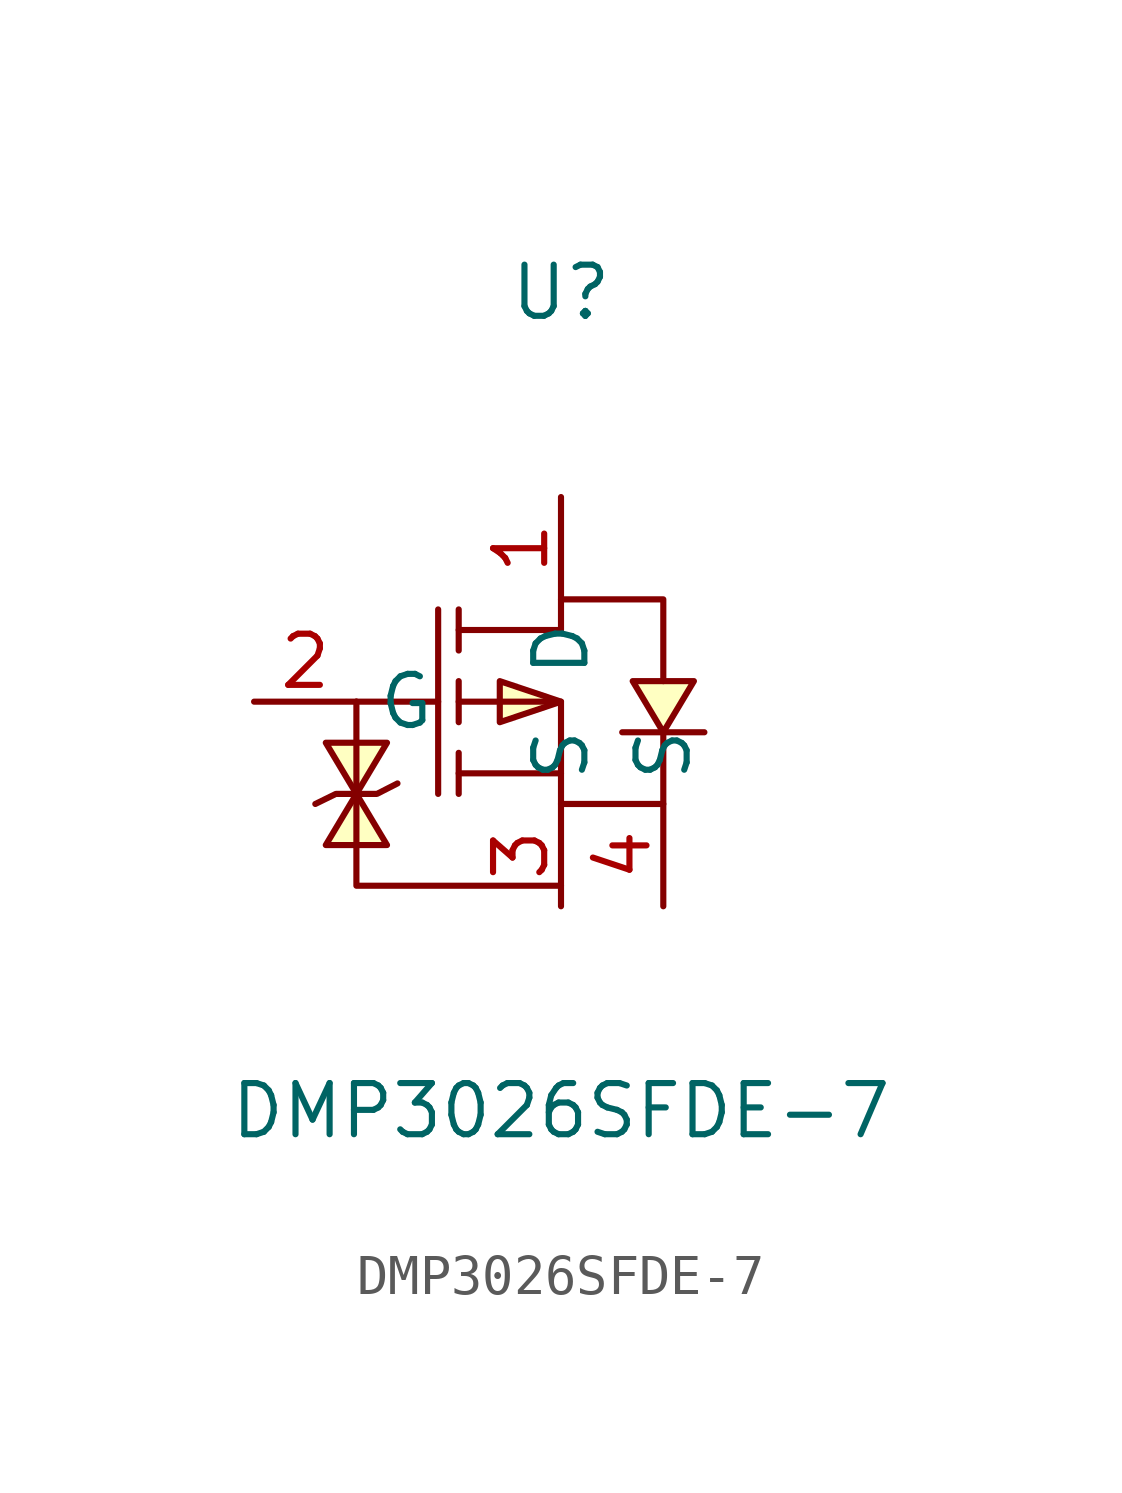
<source format=kicad_sym>
(kicad_symbol_lib
  (version 20211014)
  (generator https://github.com/uPesy/easyeda2kicad.py)
  (symbol "DMP3026SFDE-7"
    (property "Reference" "U"
      (at 0 10.16 0)
      (effects (font (size 1.27 1.27))))
    (property "Value" "DMP3026SFDE-7"
      (at 0 -10.16 0)
      (effects (font (size 1.27 1.27))))
    (symbol "DMP3026SFDE-7_0_1"
      (polyline (pts (xy -5.08 -0.00) (xy -5.08 -3.05) (xy -5.08 -4.57) (xy 0.00 -4.57)) (stroke (width 0) (type default) (color 0 0 0 0)) (fill (type none)))
      (polyline (pts (xy -4.06 -2.03) (xy -4.57 -2.29) (xy -5.59 -2.29) (xy -6.10 -2.54)) (stroke (width 0) (type default) (color 0 0 0 0)) (fill (type none)))
      (polyline (pts (xy -2.54 1.78) (xy 0.00 1.78) (xy 0.00 2.54) (xy 2.54 2.54) (xy 2.54 2.54) (xy 2.54 0.51)) (stroke (width 0) (type default) (color 0 0 0 0)) (fill (type none)))
      (polyline (pts (xy -2.54 -0.00) (xy 0.00 -0.00) (xy 0.00 -2.54) (xy 2.54 -2.54) (xy 2.54 -0.76)) (stroke (width 0) (type default) (color 0 0 0 0)) (fill (type none)))
      (polyline (pts (xy 0.00 -1.78) (xy -2.54 -1.78)) (stroke (width 0) (type default) (color 0 0 0 0)) (fill (type none)))
      (polyline (pts (xy -3.05 2.29) (xy -3.05 -2.29)) (stroke (width 0) (type default) (color 0 0 0 0)) (fill (type none)))
      (polyline (pts (xy -2.54 2.29) (xy -2.54 1.27)) (stroke (width 0) (type default) (color 0 0 0 0)) (fill (type none)))
      (polyline (pts (xy -2.54 -0.51) (xy -2.54 0.51)) (stroke (width 0) (type default) (color 0 0 0 0)) (fill (type none)))
      (polyline (pts (xy -2.54 -2.29) (xy -2.54 -1.27)) (stroke (width 0) (type default) (color 0 0 0 0)) (fill (type none)))
      (polyline (pts (xy -5.08 -0.00) (xy -3.05 -0.00)) (stroke (width 0) (type default) (color 0 0 0 0)) (fill (type none)))
      (polyline (pts (xy 3.56 -0.76) (xy 3.05 -0.76) (xy 2.03 -0.76) (xy 1.52 -0.76)) (stroke (width 0) (type default) (color 0 0 0 0)) (fill (type none)))
      (polyline (pts (xy -5.08 -2.29) (xy -5.84 -1.02) (xy -4.32 -1.02) (xy -5.08 -2.29)) (stroke (width 0) (type default) (color 0 0 0 0)) (fill (type background)))
      (polyline (pts (xy -5.08 -2.29) (xy -5.84 -3.56) (xy -4.32 -3.56) (xy -5.08 -2.29)) (stroke (width 0) (type default) (color 0 0 0 0)) (fill (type background)))
      (polyline (pts (xy 0.00 -0.00) (xy -1.52 0.51) (xy -1.52 -0.51) (xy 0.00 -0.00)) (stroke (width 0) (type default) (color 0 0 0 0)) (fill (type background)))
      (polyline (pts (xy 2.54 -0.76) (xy 1.78 0.51) (xy 3.30 0.51) (xy 2.54 -0.76)) (stroke (width 0) (type default) (color 0 0 0 0)) (fill (type background)))
      (pin unspecified line (at 0.00 5.08 270) (length 2.54) (name "D" (effects (font (size 1.27 1.27)))) (number "1" (effects (font (size 1.27 1.27)))))
      (pin unspecified line (at -7.62 -0.00 0) (length 2.54) (name "G" (effects (font (size 1.27 1.27)))) (number "2" (effects (font (size 1.27 1.27)))))
      (pin unspecified line (at 0.00 -5.08 90) (length 2.54) (name "S" (effects (font (size 1.27 1.27)))) (number "3" (effects (font (size 1.27 1.27)))))
      (pin unspecified line (at 2.54 -5.08 90) (length 2.54) (name "S" (effects (font (size 1.27 1.27)))) (number "4" (effects (font (size 1.27 1.27))))))))
</source>
